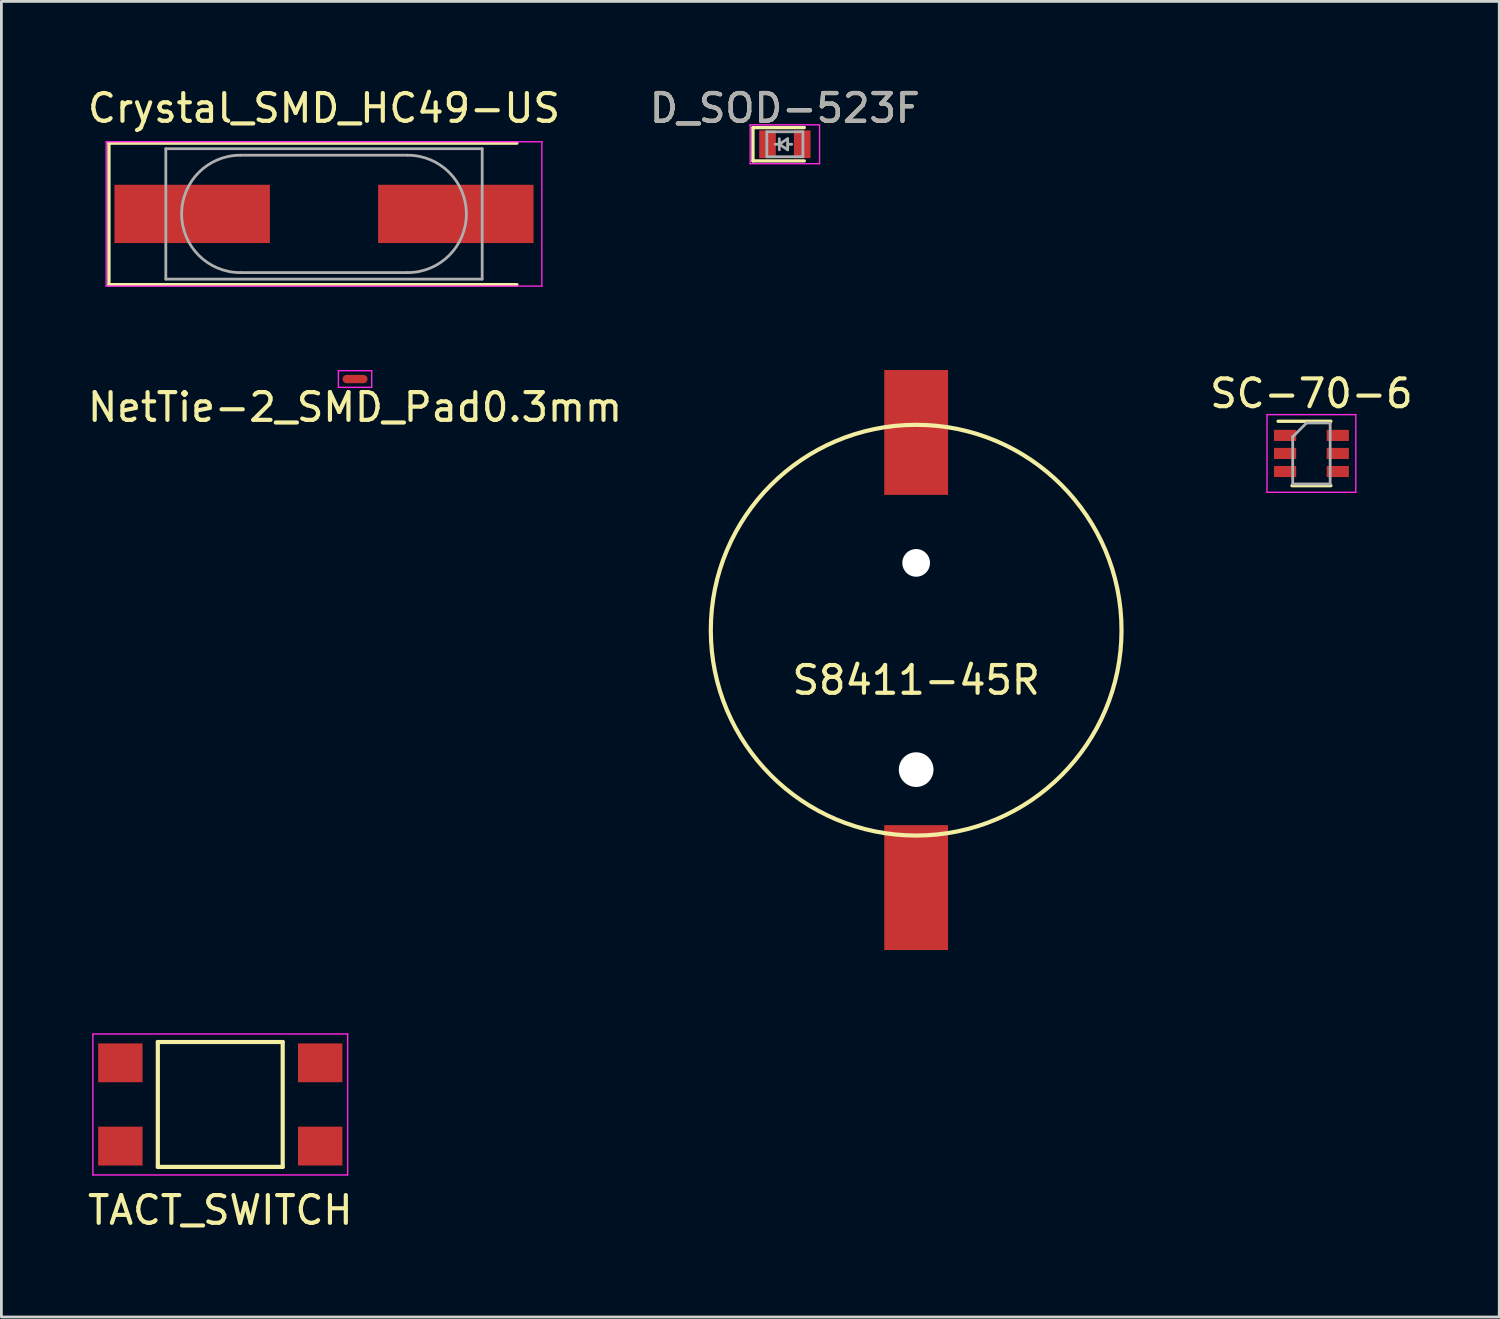
<source format=kicad_pcb>
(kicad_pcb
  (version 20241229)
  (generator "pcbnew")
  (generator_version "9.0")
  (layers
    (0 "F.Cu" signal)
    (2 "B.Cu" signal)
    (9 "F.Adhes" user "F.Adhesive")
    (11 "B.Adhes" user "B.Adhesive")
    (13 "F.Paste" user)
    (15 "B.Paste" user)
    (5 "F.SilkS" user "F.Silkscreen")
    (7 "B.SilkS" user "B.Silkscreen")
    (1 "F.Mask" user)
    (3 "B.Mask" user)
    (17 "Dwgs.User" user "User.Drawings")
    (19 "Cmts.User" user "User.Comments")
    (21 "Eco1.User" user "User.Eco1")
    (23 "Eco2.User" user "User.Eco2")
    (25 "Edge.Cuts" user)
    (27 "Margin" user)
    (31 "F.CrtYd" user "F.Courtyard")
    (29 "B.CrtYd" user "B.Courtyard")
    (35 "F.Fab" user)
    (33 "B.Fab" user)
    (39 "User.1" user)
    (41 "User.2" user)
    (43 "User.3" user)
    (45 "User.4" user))
  (footprint "Crystal_SMD_HC49-US"
    (layer "F.Cu")
    (at 8.625 4.658)
    (property "Reference" "Crystal_SMD_HC49-US" (at 0 -3.81 0) (layer "F.SilkS") (effects (font (size 1 1) (thickness 0.15))))
    (attr through_hole)
    (fp_line (start -7.75 -2.55) (end -7.75 2.55) (stroke (width 0.12) (type solid)) (layer "F.SilkS"))
    (fp_line (start -7.75 2.55) (end 6.95 2.55) (stroke (width 0.12) (type solid)) (layer "F.SilkS"))
    (fp_line (start 6.95 -2.55) (end -7.75 -2.55) (stroke (width 0.12) (type solid)) (layer "F.SilkS"))
    (fp_line (start -7.85 -2.6) (end -7.85 2.6) (stroke (width 0.05) (type solid)) (layer "F.CrtYd"))
    (fp_line (start -7.85 2.6) (end 7.85 2.6) (stroke (width 0.05) (type solid)) (layer "F.CrtYd"))
    (fp_line (start 7.85 -2.6) (end -7.85 -2.6) (stroke (width 0.05) (type solid)) (layer "F.CrtYd"))
    (fp_line (start 7.85 2.6) (end 7.85 -2.6) (stroke (width 0.05) (type solid)) (layer "F.CrtYd"))
    (fp_line (start -5.7 -2.35) (end -5.7 2.35) (stroke (width 0.1) (type solid)) (layer "F.Fab"))
    (fp_line (start -5.7 2.35) (end 5.7 2.35) (stroke (width 0.1) (type solid)) (layer "F.Fab"))
    (fp_line (start -3.015 -2.115) (end 3.015 -2.115) (stroke (width 0.1) (type solid)) (layer "F.Fab"))
    (fp_line (start -3.015 2.115) (end 3.015 2.115) (stroke (width 0.1) (type solid)) (layer "F.Fab"))
    (fp_line (start 5.7 -2.35) (end -5.7 -2.35) (stroke (width 0.1) (type solid)) (layer "F.Fab"))
    (fp_line (start 5.7 2.35) (end 5.7 -2.35) (stroke (width 0.1) (type solid)) (layer "F.Fab"))
    (fp_arc (start -3.015 2.115) (mid -5.13 0) (end -3.015 -2.115) (stroke (width 0.1) (type solid)) (layer "F.Fab"))
    (fp_arc (start 3.015 -2.115) (mid 5.13 0) (end 3.015 2.115) (stroke (width 0.1) (type solid)) (layer "F.Fab"))
    (pad "1" smd rect (at -4.75 0) (size 5.6 2.1) (layers "F.Cu" "F.Mask" "F.Paste"))
    (pad "2" smd rect (at 4.75 0) (size 5.6 2.1) (layers "F.Cu" "F.Mask" "F.Paste")))
  (footprint "NetTie-2_SMD_Pad0.3mm"
    (layer "F.Cu")
    (at 9.744 10.608)
    (property "Reference" "NetTie-2_SMD_Pad0.3mm" (at 0 1.016 0) (layer "F.SilkS") (effects (font (size 1 1) (thickness 0.15))))
    (attr through_hole)
    (fp_poly (pts (xy -0.3 -0.15) (xy 0.3 -0.15) (xy 0.3 0.15) (xy -0.3 0.15)) (stroke (width 0) (type solid)) (fill yes) (layer "F.Cu"))
    (fp_line (start -0.6 -0.3) (end -0.6 0.3) (stroke (width 0.05) (type solid)) (layer "F.CrtYd"))
    (fp_line (start -0.6 0.3) (end 0.6 0.3) (stroke (width 0.05) (type solid)) (layer "F.CrtYd"))
    (fp_line (start 0.6 -0.3) (end -0.6 -0.3) (stroke (width 0.05) (type solid)) (layer "F.CrtYd"))
    (fp_line (start 0.6 0.3) (end 0.6 -0.3) (stroke (width 0.05) (type solid)) (layer "F.CrtYd"))
    (pad "1" smd circle (at -0.3 0) (size 0.3 0.3) (layers "F.Cu"))
    (pad "2" smd circle (at 0.3 0) (size 0.3 0.3) (layers "F.Cu")))
  (footprint "S8411-45R"
    (layer "F.Cu")
    (at 29.963 20.958)
    (property "Reference" "S8411-45R" (at 0 0.5 0) (layer "F.SilkS") (effects (font (size 1 1) (thickness 0.15))))
    (attr through_hole)
    (fp_circle (center 0 -1.3) (end 7.4 -1.3) (stroke (width 0.15) (type solid)) (fill no) (layer "F.SilkS"))
    (pad "" np_thru_hole circle (at 0 -3.725) (size 1 1) (drill 1) (layers "*.Cu" "*.Mask"))
    (pad "" np_thru_hole circle (at 0 3.725) (size 1.25 1.25) (drill 1.25) (layers "*.Cu" "*.Mask"))
    (pad "1" smd rect (at 0 7.975) (size 2.3 4.5) (layers "F.Cu" "F.Mask" "F.Paste"))
    (pad "2" smd rect (at 0 -8.425) (size 2.3 4.5) (layers "F.Cu" "F.Mask" "F.Paste")))
  (footprint "SC-70-6"
    (layer "F.Cu")
    (at 44.206 13.29)
    (property "Reference" "SC-70-6" (at 0 -2.159 0) (layer "F.SilkS") (effects (font (size 1 1) (thickness 0.15))))
    (attr through_hole)
    (fp_line (start -0.7 1.16) (end 0.7 1.16) (stroke (width 0.12) (type solid)) (layer "F.SilkS"))
    (fp_line (start 0.7 -1.16) (end -1.2 -1.16) (stroke (width 0.12) (type solid)) (layer "F.SilkS"))
    (fp_line (start -1.6 -1.4) (end -1.6 1.4) (stroke (width 0.05) (type solid)) (layer "F.CrtYd"))
    (fp_line (start -1.6 -1.4) (end 1.6 -1.4) (stroke (width 0.05) (type solid)) (layer "F.CrtYd"))
    (fp_line (start -1.6 1.4) (end 1.6 1.4) (stroke (width 0.05) (type solid)) (layer "F.CrtYd"))
    (fp_line (start 1.6 1.4) (end 1.6 -1.4) (stroke (width 0.05) (type solid)) (layer "F.CrtYd"))
    (fp_line (start -0.675 -0.6) (end -0.675 1.1) (stroke (width 0.1) (type solid)) (layer "F.Fab"))
    (fp_line (start -0.175 -1.1) (end -0.675 -0.6) (stroke (width 0.1) (type solid)) (layer "F.Fab"))
    (fp_line (start 0.675 -1.1) (end -0.175 -1.1) (stroke (width 0.1) (type solid)) (layer "F.Fab"))
    (fp_line (start 0.675 -1.1) (end 0.675 1.1) (stroke (width 0.1) (type solid)) (layer "F.Fab"))
    (fp_line (start 0.675 1.1) (end -0.675 1.1) (stroke (width 0.1) (type solid)) (layer "F.Fab"))
    (pad "1" smd rect (at -0.95 -0.65) (size 0.8 0.4) (layers "F.Cu" "F.Mask" "F.Paste"))
    (pad "2" smd rect (at -0.95 0) (size 0.8 0.4) (layers "F.Cu" "F.Mask" "F.Paste"))
    (pad "3" smd rect (at -0.95 0.65) (size 0.8 0.4) (layers "F.Cu" "F.Mask" "F.Paste"))
    (pad "4" smd rect (at 0.95 0.65) (size 0.8 0.4) (layers "F.Cu" "F.Mask" "F.Paste"))
    (pad "5" smd rect (at 0.95 0) (size 0.8 0.4) (layers "F.Cu" "F.Mask" "F.Paste"))
    (pad "6" smd rect (at 0.95 -0.65) (size 0.8 0.4) (layers "F.Cu" "F.Mask" "F.Paste")))
  (footprint "TACT_SWITCH"
    (layer "F.Cu")
    (at 4.887 36.748)
    (property "Reference" "TACT_SWITCH" (at 0 3.81 0) (layer "F.SilkS") (effects (font (size 1 1) (thickness 0.15))))
    (attr through_hole)
    (fp_line (start -2.25 -2.25) (end 2.25 -2.25) (stroke (width 0.15) (type solid)) (layer "F.SilkS"))
    (fp_line (start -2.25 2.25) (end -2.25 -2.25) (stroke (width 0.15) (type solid)) (layer "F.SilkS"))
    (fp_line (start 2.25 -2.25) (end 2.25 2.25) (stroke (width 0.15) (type solid)) (layer "F.SilkS"))
    (fp_line (start 2.25 2.25) (end -2.25 2.25) (stroke (width 0.15) (type solid)) (layer "F.SilkS"))
    (fp_line (start -4.59 -2.54) (end 4.59 -2.54) (stroke (width 0.05) (type solid)) (layer "F.CrtYd"))
    (fp_line (start -4.59 2.54) (end -4.59 -2.54) (stroke (width 0.05) (type solid)) (layer "F.CrtYd"))
    (fp_line (start -4.59 2.54) (end 4.59 2.54) (stroke (width 0.05) (type solid)) (layer "F.CrtYd"))
    (fp_line (start 4.59 2.54) (end 4.59 -2.54) (stroke (width 0.05) (type solid)) (layer "F.CrtYd"))
    (pad "1" smd rect (at -3.6 -1.5) (size 1.6 1.4) (layers "F.Cu" "F.Mask" "F.Paste"))
    (pad "1" smd rect (at 3.6 -1.5) (size 1.6 1.4) (layers "F.Cu" "F.Mask" "F.Paste"))
    (pad "2" smd rect (at -3.6 1.5) (size 1.6 1.4) (layers "F.Cu" "F.Mask" "F.Paste"))
    (pad "2" smd rect (at 3.6 1.5) (size 1.6 1.4) (layers "F.Cu" "F.Mask" "F.Paste")))
  (footprint "D_SOD-523F"
    (layer "F.Cu")
    (at 25.232 2.148)
    (property "Reference" "D_SOD-523F" (at 0 -1.3 0) (layer "F.SilkS") (effects (font (size 1 1) (thickness 0.15))))
    (attr smd)
    (fp_line (start -1.15 -0.6) (end -1.15 0.6) (stroke (width 0.12) (type solid)) (layer "F.SilkS"))
    (fp_line (start 0.7 -0.6) (end -1.15 -0.6) (stroke (width 0.12) (type solid)) (layer "F.SilkS"))
    (fp_line (start 0.7 0.6) (end -1.15 0.6) (stroke (width 0.12) (type solid)) (layer "F.SilkS"))
    (fp_line (start -1.25 -0.7) (end 1.25 -0.7) (stroke (width 0.05) (type solid)) (layer "F.CrtYd"))
    (fp_line (start -1.25 0.7) (end -1.25 -0.7) (stroke (width 0.05) (type solid)) (layer "F.CrtYd"))
    (fp_line (start 1.25 -0.7) (end 1.25 0.7) (stroke (width 0.05) (type solid)) (layer "F.CrtYd"))
    (fp_line (start 1.25 0.7) (end -1.25 0.7) (stroke (width 0.05) (type solid)) (layer "F.CrtYd"))
    (fp_line (start -0.65 -0.45) (end 0.65 -0.45) (stroke (width 0.1) (type solid)) (layer "F.Fab"))
    (fp_line (start -0.65 0.45) (end -0.65 -0.45) (stroke (width 0.1) (type solid)) (layer "F.Fab"))
    (fp_line (start -0.2 0) (end -0.35 0) (stroke (width 0.1) (type solid)) (layer "F.Fab"))
    (fp_line (start -0.2 0) (end 0.1 0.2) (stroke (width 0.1) (type solid)) (layer "F.Fab"))
    (fp_line (start -0.2 0.2) (end -0.2 -0.2) (stroke (width 0.1) (type solid)) (layer "F.Fab"))
    (fp_line (start 0.1 -0.2) (end -0.2 0) (stroke (width 0.1) (type solid)) (layer "F.Fab"))
    (fp_line (start 0.1 0) (end 0.25 0) (stroke (width 0.1) (type solid)) (layer "F.Fab"))
    (fp_line (start 0.1 0.2) (end 0.1 -0.2) (stroke (width 0.1) (type solid)) (layer "F.Fab"))
    (fp_line (start 0.65 -0.45) (end 0.65 0.45) (stroke (width 0.1) (type solid)) (layer "F.Fab"))
    (fp_line (start 0.65 0.45) (end -0.65 0.45) (stroke (width 0.1) (type solid)) (layer "F.Fab"))
    (fp_text user "${REFERENCE}" (at 0 -1.3 0) (layer "F.Fab") (effects (font (size 1 1) (thickness 0.15))))
    (pad "1" smd rect (at -0.625 0 180) (size 0.6 1) (layers "F.Cu" "F.Mask" "F.Paste"))
    (pad "2" smd rect (at 0.625 0 180) (size 0.6 1) (layers "F.Cu" "F.Mask" "F.Paste")))
  (gr_rect
    (start -3 -3)
    (end 50.974 44.407)
    (stroke (width 0.1) (type default))
    (fill no)
    (layer "Edge.Cuts")))
</source>
